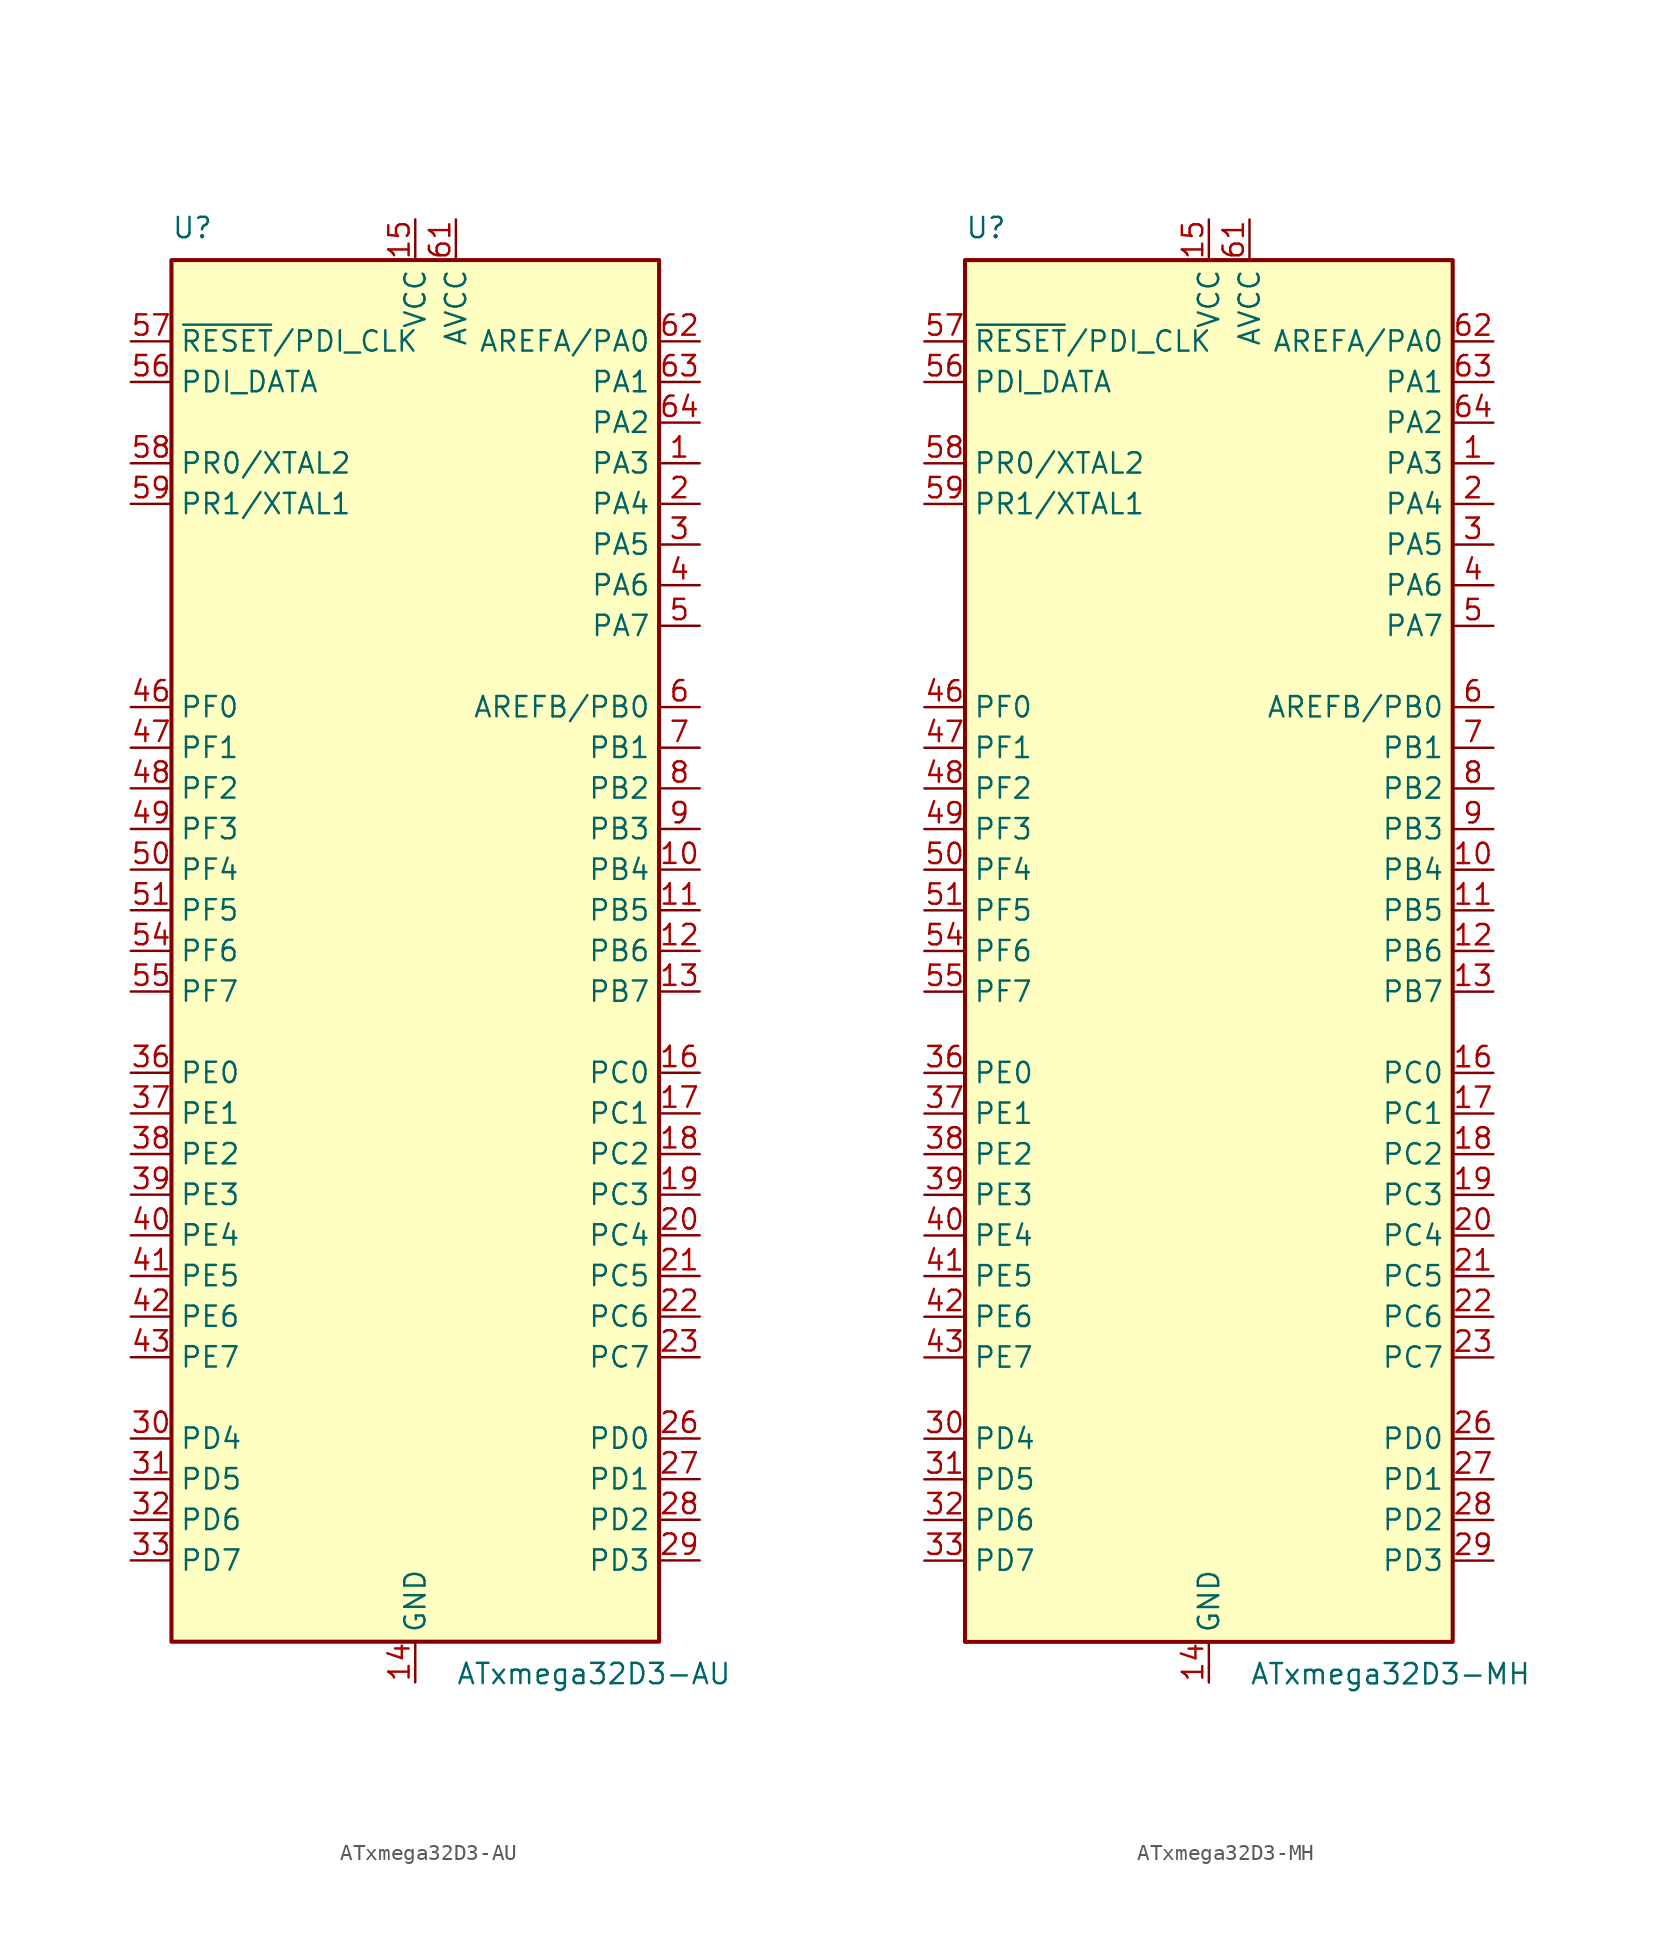
<source format=kicad_sym>
(kicad_symbol_lib
  (version 20211014)
  (generator kicad_symbol_editor)
  (symbol "ATxmega32D3-AU"
    (property "Reference" "U"
      (at -15.24 44.45 0)
      (effects (font (size 1.27 1.27)) (justify left bottom)))
    (property "Value" "ATxmega32D3-AU"
      (at 2.54 -44.45 0)
      (effects (font (size 1.27 1.27)) (justify left top)))
    (symbol "ATxmega32D3-AU_0_1"
      (rectangle (start -15.24 -43.18) (end 15.24 43.18) (stroke (width 0.254) (type default) (color 0 0 0 0)) (fill (type background))))
    (symbol "ATxmega32D3-AU_1_1"
      (pin bidirectional line (at 17.78 30.48 180) (length 2.54) (name "PA3" (effects (font (size 1.27 1.27)))) (number "1" (effects (font (size 1.27 1.27)))))
      (pin bidirectional line (at 17.78 5.08 180) (length 2.54) (name "PB4" (effects (font (size 1.27 1.27)))) (number "10" (effects (font (size 1.27 1.27)))))
      (pin bidirectional line (at 17.78 2.54 180) (length 2.54) (name "PB5" (effects (font (size 1.27 1.27)))) (number "11" (effects (font (size 1.27 1.27)))))
      (pin bidirectional line (at 17.78 0 180) (length 2.54) (name "PB6" (effects (font (size 1.27 1.27)))) (number "12" (effects (font (size 1.27 1.27)))))
      (pin bidirectional line (at 17.78 -2.54 180) (length 2.54) (name "PB7" (effects (font (size 1.27 1.27)))) (number "13" (effects (font (size 1.27 1.27)))))
      (pin power_in line (at 0 -45.72 90) (length 2.54) (name "GND" (effects (font (size 1.27 1.27)))) (number "14" (effects (font (size 1.27 1.27)))))
      (pin power_in line (at 0 45.72 270) (length 2.54) (name "VCC" (effects (font (size 1.27 1.27)))) (number "15" (effects (font (size 1.27 1.27)))))
      (pin bidirectional line (at 17.78 -7.62 180) (length 2.54) (name "PC0" (effects (font (size 1.27 1.27)))) (number "16" (effects (font (size 1.27 1.27)))))
      (pin bidirectional line (at 17.78 -10.16 180) (length 2.54) (name "PC1" (effects (font (size 1.27 1.27)))) (number "17" (effects (font (size 1.27 1.27)))))
      (pin bidirectional line (at 17.78 -12.7 180) (length 2.54) (name "PC2" (effects (font (size 1.27 1.27)))) (number "18" (effects (font (size 1.27 1.27)))))
      (pin bidirectional line (at 17.78 -15.24 180) (length 2.54) (name "PC3" (effects (font (size 1.27 1.27)))) (number "19" (effects (font (size 1.27 1.27)))))
      (pin bidirectional line (at 17.78 27.94 180) (length 2.54) (name "PA4" (effects (font (size 1.27 1.27)))) (number "2" (effects (font (size 1.27 1.27)))))
      (pin bidirectional line (at 17.78 -17.78 180) (length 2.54) (name "PC4" (effects (font (size 1.27 1.27)))) (number "20" (effects (font (size 1.27 1.27)))))
      (pin bidirectional line (at 17.78 -20.32 180) (length 2.54) (name "PC5" (effects (font (size 1.27 1.27)))) (number "21" (effects (font (size 1.27 1.27)))))
      (pin bidirectional line (at 17.78 -22.86 180) (length 2.54) (name "PC6" (effects (font (size 1.27 1.27)))) (number "22" (effects (font (size 1.27 1.27)))))
      (pin bidirectional line (at 17.78 -25.4 180) (length 2.54) (name "PC7" (effects (font (size 1.27 1.27)))) (number "23" (effects (font (size 1.27 1.27)))))
      (pin passive line (at 0 -45.72 90) (length 2.54) hide (name "GND" (effects (font (size 1.27 1.27)))) (number "24" (effects (font (size 1.27 1.27)))))
      (pin passive line (at 0 45.72 270) (length 2.54) hide (name "VCC" (effects (font (size 1.27 1.27)))) (number "25" (effects (font (size 1.27 1.27)))))
      (pin bidirectional line (at 17.78 -30.48 180) (length 2.54) (name "PD0" (effects (font (size 1.27 1.27)))) (number "26" (effects (font (size 1.27 1.27)))))
      (pin bidirectional line (at 17.78 -33.02 180) (length 2.54) (name "PD1" (effects (font (size 1.27 1.27)))) (number "27" (effects (font (size 1.27 1.27)))))
      (pin bidirectional line (at 17.78 -35.56 180) (length 2.54) (name "PD2" (effects (font (size 1.27 1.27)))) (number "28" (effects (font (size 1.27 1.27)))))
      (pin bidirectional line (at 17.78 -38.1 180) (length 2.54) (name "PD3" (effects (font (size 1.27 1.27)))) (number "29" (effects (font (size 1.27 1.27)))))
      (pin bidirectional line (at 17.78 25.4 180) (length 2.54) (name "PA5" (effects (font (size 1.27 1.27)))) (number "3" (effects (font (size 1.27 1.27)))))
      (pin bidirectional line (at -17.78 -30.48 0) (length 2.54) (name "PD4" (effects (font (size 1.27 1.27)))) (number "30" (effects (font (size 1.27 1.27)))))
      (pin bidirectional line (at -17.78 -33.02 0) (length 2.54) (name "PD5" (effects (font (size 1.27 1.27)))) (number "31" (effects (font (size 1.27 1.27)))))
      (pin bidirectional line (at -17.78 -35.56 0) (length 2.54) (name "PD6" (effects (font (size 1.27 1.27)))) (number "32" (effects (font (size 1.27 1.27)))))
      (pin bidirectional line (at -17.78 -38.1 0) (length 2.54) (name "PD7" (effects (font (size 1.27 1.27)))) (number "33" (effects (font (size 1.27 1.27)))))
      (pin passive line (at 0 -45.72 90) (length 2.54) hide (name "GND" (effects (font (size 1.27 1.27)))) (number "34" (effects (font (size 1.27 1.27)))))
      (pin passive line (at 0 45.72 270) (length 2.54) hide (name "VCC" (effects (font (size 1.27 1.27)))) (number "35" (effects (font (size 1.27 1.27)))))
      (pin bidirectional line (at -17.78 -7.62 0) (length 2.54) (name "PE0" (effects (font (size 1.27 1.27)))) (number "36" (effects (font (size 1.27 1.27)))))
      (pin bidirectional line (at -17.78 -10.16 0) (length 2.54) (name "PE1" (effects (font (size 1.27 1.27)))) (number "37" (effects (font (size 1.27 1.27)))))
      (pin bidirectional line (at -17.78 -12.7 0) (length 2.54) (name "PE2" (effects (font (size 1.27 1.27)))) (number "38" (effects (font (size 1.27 1.27)))))
      (pin bidirectional line (at -17.78 -15.24 0) (length 2.54) (name "PE3" (effects (font (size 1.27 1.27)))) (number "39" (effects (font (size 1.27 1.27)))))
      (pin bidirectional line (at 17.78 22.86 180) (length 2.54) (name "PA6" (effects (font (size 1.27 1.27)))) (number "4" (effects (font (size 1.27 1.27)))))
      (pin bidirectional line (at -17.78 -17.78 0) (length 2.54) (name "PE4" (effects (font (size 1.27 1.27)))) (number "40" (effects (font (size 1.27 1.27)))))
      (pin bidirectional line (at -17.78 -20.32 0) (length 2.54) (name "PE5" (effects (font (size 1.27 1.27)))) (number "41" (effects (font (size 1.27 1.27)))))
      (pin bidirectional line (at -17.78 -22.86 0) (length 2.54) (name "PE6" (effects (font (size 1.27 1.27)))) (number "42" (effects (font (size 1.27 1.27)))))
      (pin bidirectional line (at -17.78 -25.4 0) (length 2.54) (name "PE7" (effects (font (size 1.27 1.27)))) (number "43" (effects (font (size 1.27 1.27)))))
      (pin passive line (at 0 -45.72 90) (length 2.54) hide (name "GND" (effects (font (size 1.27 1.27)))) (number "44" (effects (font (size 1.27 1.27)))))
      (pin passive line (at 0 45.72 270) (length 2.54) hide (name "VCC" (effects (font (size 1.27 1.27)))) (number "45" (effects (font (size 1.27 1.27)))))
      (pin bidirectional line (at -17.78 15.24 0) (length 2.54) (name "PF0" (effects (font (size 1.27 1.27)))) (number "46" (effects (font (size 1.27 1.27)))))
      (pin bidirectional line (at -17.78 12.7 0) (length 2.54) (name "PF1" (effects (font (size 1.27 1.27)))) (number "47" (effects (font (size 1.27 1.27)))))
      (pin bidirectional line (at -17.78 10.16 0) (length 2.54) (name "PF2" (effects (font (size 1.27 1.27)))) (number "48" (effects (font (size 1.27 1.27)))))
      (pin bidirectional line (at -17.78 7.62 0) (length 2.54) (name "PF3" (effects (font (size 1.27 1.27)))) (number "49" (effects (font (size 1.27 1.27)))))
      (pin bidirectional line (at 17.78 20.32 180) (length 2.54) (name "PA7" (effects (font (size 1.27 1.27)))) (number "5" (effects (font (size 1.27 1.27)))))
      (pin bidirectional line (at -17.78 5.08 0) (length 2.54) (name "PF4" (effects (font (size 1.27 1.27)))) (number "50" (effects (font (size 1.27 1.27)))))
      (pin bidirectional line (at -17.78 2.54 0) (length 2.54) (name "PF5" (effects (font (size 1.27 1.27)))) (number "51" (effects (font (size 1.27 1.27)))))
      (pin passive line (at 0 -45.72 90) (length 2.54) hide (name "GND" (effects (font (size 1.27 1.27)))) (number "52" (effects (font (size 1.27 1.27)))))
      (pin passive line (at 0 45.72 270) (length 2.54) hide (name "VCC" (effects (font (size 1.27 1.27)))) (number "53" (effects (font (size 1.27 1.27)))))
      (pin bidirectional line (at -17.78 0 0) (length 2.54) (name "PF6" (effects (font (size 1.27 1.27)))) (number "54" (effects (font (size 1.27 1.27)))))
      (pin bidirectional line (at -17.78 -2.54 0) (length 2.54) (name "PF7" (effects (font (size 1.27 1.27)))) (number "55" (effects (font (size 1.27 1.27)))))
      (pin bidirectional line (at -17.78 35.56 0) (length 2.54) (name "PDI_DATA" (effects (font (size 1.27 1.27)))) (number "56" (effects (font (size 1.27 1.27)))))
      (pin input line (at -17.78 38.1 0) (length 2.54) (name "~{RESET}/PDI_CLK" (effects (font (size 1.27 1.27)))) (number "57" (effects (font (size 1.27 1.27)))))
      (pin bidirectional line (at -17.78 30.48 0) (length 2.54) (name "PR0/XTAL2" (effects (font (size 1.27 1.27)))) (number "58" (effects (font (size 1.27 1.27)))))
      (pin bidirectional line (at -17.78 27.94 0) (length 2.54) (name "PR1/XTAL1" (effects (font (size 1.27 1.27)))) (number "59" (effects (font (size 1.27 1.27)))))
      (pin bidirectional line (at 17.78 15.24 180) (length 2.54) (name "AREFB/PB0" (effects (font (size 1.27 1.27)))) (number "6" (effects (font (size 1.27 1.27)))))
      (pin passive line (at 0 -45.72 90) (length 2.54) hide (name "GND" (effects (font (size 1.27 1.27)))) (number "60" (effects (font (size 1.27 1.27)))))
      (pin power_in line (at 2.54 45.72 270) (length 2.54) (name "AVCC" (effects (font (size 1.27 1.27)))) (number "61" (effects (font (size 1.27 1.27)))))
      (pin bidirectional line (at 17.78 38.1 180) (length 2.54) (name "AREFA/PA0" (effects (font (size 1.27 1.27)))) (number "62" (effects (font (size 1.27 1.27)))))
      (pin bidirectional line (at 17.78 35.56 180) (length 2.54) (name "PA1" (effects (font (size 1.27 1.27)))) (number "63" (effects (font (size 1.27 1.27)))))
      (pin bidirectional line (at 17.78 33.02 180) (length 2.54) (name "PA2" (effects (font (size 1.27 1.27)))) (number "64" (effects (font (size 1.27 1.27)))))
      (pin bidirectional line (at 17.78 12.7 180) (length 2.54) (name "PB1" (effects (font (size 1.27 1.27)))) (number "7" (effects (font (size 1.27 1.27)))))
      (pin bidirectional line (at 17.78 10.16 180) (length 2.54) (name "PB2" (effects (font (size 1.27 1.27)))) (number "8" (effects (font (size 1.27 1.27)))))
      (pin bidirectional line (at 17.78 7.62 180) (length 2.54) (name "PB3" (effects (font (size 1.27 1.27)))) (number "9" (effects (font (size 1.27 1.27)))))))
  (symbol "ATxmega32D3-MH"
    (property "Reference" "U"
      (at -15.24 44.45 0)
      (effects (font (size 1.27 1.27)) (justify left bottom)))
    (property "Value" "ATxmega32D3-MH"
      (at 2.54 -44.45 0)
      (effects (font (size 1.27 1.27)) (justify left top)))
    (symbol "ATxmega32D3-MH_0_1"
      (rectangle (start -15.24 -43.18) (end 15.24 43.18) (stroke (width 0.254) (type default) (color 0 0 0 0)) (fill (type background))))
    (symbol "ATxmega32D3-MH_1_1"
      (pin bidirectional line (at 17.78 30.48 180) (length 2.54) (name "PA3" (effects (font (size 1.27 1.27)))) (number "1" (effects (font (size 1.27 1.27)))))
      (pin bidirectional line (at 17.78 5.08 180) (length 2.54) (name "PB4" (effects (font (size 1.27 1.27)))) (number "10" (effects (font (size 1.27 1.27)))))
      (pin bidirectional line (at 17.78 2.54 180) (length 2.54) (name "PB5" (effects (font (size 1.27 1.27)))) (number "11" (effects (font (size 1.27 1.27)))))
      (pin bidirectional line (at 17.78 0 180) (length 2.54) (name "PB6" (effects (font (size 1.27 1.27)))) (number "12" (effects (font (size 1.27 1.27)))))
      (pin bidirectional line (at 17.78 -2.54 180) (length 2.54) (name "PB7" (effects (font (size 1.27 1.27)))) (number "13" (effects (font (size 1.27 1.27)))))
      (pin power_in line (at 0 -45.72 90) (length 2.54) (name "GND" (effects (font (size 1.27 1.27)))) (number "14" (effects (font (size 1.27 1.27)))))
      (pin power_in line (at 0 45.72 270) (length 2.54) (name "VCC" (effects (font (size 1.27 1.27)))) (number "15" (effects (font (size 1.27 1.27)))))
      (pin bidirectional line (at 17.78 -7.62 180) (length 2.54) (name "PC0" (effects (font (size 1.27 1.27)))) (number "16" (effects (font (size 1.27 1.27)))))
      (pin bidirectional line (at 17.78 -10.16 180) (length 2.54) (name "PC1" (effects (font (size 1.27 1.27)))) (number "17" (effects (font (size 1.27 1.27)))))
      (pin bidirectional line (at 17.78 -12.7 180) (length 2.54) (name "PC2" (effects (font (size 1.27 1.27)))) (number "18" (effects (font (size 1.27 1.27)))))
      (pin bidirectional line (at 17.78 -15.24 180) (length 2.54) (name "PC3" (effects (font (size 1.27 1.27)))) (number "19" (effects (font (size 1.27 1.27)))))
      (pin bidirectional line (at 17.78 27.94 180) (length 2.54) (name "PA4" (effects (font (size 1.27 1.27)))) (number "2" (effects (font (size 1.27 1.27)))))
      (pin bidirectional line (at 17.78 -17.78 180) (length 2.54) (name "PC4" (effects (font (size 1.27 1.27)))) (number "20" (effects (font (size 1.27 1.27)))))
      (pin bidirectional line (at 17.78 -20.32 180) (length 2.54) (name "PC5" (effects (font (size 1.27 1.27)))) (number "21" (effects (font (size 1.27 1.27)))))
      (pin bidirectional line (at 17.78 -22.86 180) (length 2.54) (name "PC6" (effects (font (size 1.27 1.27)))) (number "22" (effects (font (size 1.27 1.27)))))
      (pin bidirectional line (at 17.78 -25.4 180) (length 2.54) (name "PC7" (effects (font (size 1.27 1.27)))) (number "23" (effects (font (size 1.27 1.27)))))
      (pin passive line (at 0 -45.72 90) (length 2.54) hide (name "GND" (effects (font (size 1.27 1.27)))) (number "24" (effects (font (size 1.27 1.27)))))
      (pin passive line (at 0 45.72 270) (length 2.54) hide (name "VCC" (effects (font (size 1.27 1.27)))) (number "25" (effects (font (size 1.27 1.27)))))
      (pin bidirectional line (at 17.78 -30.48 180) (length 2.54) (name "PD0" (effects (font (size 1.27 1.27)))) (number "26" (effects (font (size 1.27 1.27)))))
      (pin bidirectional line (at 17.78 -33.02 180) (length 2.54) (name "PD1" (effects (font (size 1.27 1.27)))) (number "27" (effects (font (size 1.27 1.27)))))
      (pin bidirectional line (at 17.78 -35.56 180) (length 2.54) (name "PD2" (effects (font (size 1.27 1.27)))) (number "28" (effects (font (size 1.27 1.27)))))
      (pin bidirectional line (at 17.78 -38.1 180) (length 2.54) (name "PD3" (effects (font (size 1.27 1.27)))) (number "29" (effects (font (size 1.27 1.27)))))
      (pin bidirectional line (at 17.78 25.4 180) (length 2.54) (name "PA5" (effects (font (size 1.27 1.27)))) (number "3" (effects (font (size 1.27 1.27)))))
      (pin bidirectional line (at -17.78 -30.48 0) (length 2.54) (name "PD4" (effects (font (size 1.27 1.27)))) (number "30" (effects (font (size 1.27 1.27)))))
      (pin bidirectional line (at -17.78 -33.02 0) (length 2.54) (name "PD5" (effects (font (size 1.27 1.27)))) (number "31" (effects (font (size 1.27 1.27)))))
      (pin bidirectional line (at -17.78 -35.56 0) (length 2.54) (name "PD6" (effects (font (size 1.27 1.27)))) (number "32" (effects (font (size 1.27 1.27)))))
      (pin bidirectional line (at -17.78 -38.1 0) (length 2.54) (name "PD7" (effects (font (size 1.27 1.27)))) (number "33" (effects (font (size 1.27 1.27)))))
      (pin passive line (at 0 -45.72 90) (length 2.54) hide (name "GND" (effects (font (size 1.27 1.27)))) (number "34" (effects (font (size 1.27 1.27)))))
      (pin passive line (at 0 45.72 270) (length 2.54) hide (name "VCC" (effects (font (size 1.27 1.27)))) (number "35" (effects (font (size 1.27 1.27)))))
      (pin bidirectional line (at -17.78 -7.62 0) (length 2.54) (name "PE0" (effects (font (size 1.27 1.27)))) (number "36" (effects (font (size 1.27 1.27)))))
      (pin bidirectional line (at -17.78 -10.16 0) (length 2.54) (name "PE1" (effects (font (size 1.27 1.27)))) (number "37" (effects (font (size 1.27 1.27)))))
      (pin bidirectional line (at -17.78 -12.7 0) (length 2.54) (name "PE2" (effects (font (size 1.27 1.27)))) (number "38" (effects (font (size 1.27 1.27)))))
      (pin bidirectional line (at -17.78 -15.24 0) (length 2.54) (name "PE3" (effects (font (size 1.27 1.27)))) (number "39" (effects (font (size 1.27 1.27)))))
      (pin bidirectional line (at 17.78 22.86 180) (length 2.54) (name "PA6" (effects (font (size 1.27 1.27)))) (number "4" (effects (font (size 1.27 1.27)))))
      (pin bidirectional line (at -17.78 -17.78 0) (length 2.54) (name "PE4" (effects (font (size 1.27 1.27)))) (number "40" (effects (font (size 1.27 1.27)))))
      (pin bidirectional line (at -17.78 -20.32 0) (length 2.54) (name "PE5" (effects (font (size 1.27 1.27)))) (number "41" (effects (font (size 1.27 1.27)))))
      (pin bidirectional line (at -17.78 -22.86 0) (length 2.54) (name "PE6" (effects (font (size 1.27 1.27)))) (number "42" (effects (font (size 1.27 1.27)))))
      (pin bidirectional line (at -17.78 -25.4 0) (length 2.54) (name "PE7" (effects (font (size 1.27 1.27)))) (number "43" (effects (font (size 1.27 1.27)))))
      (pin passive line (at 0 -45.72 90) (length 2.54) hide (name "GND" (effects (font (size 1.27 1.27)))) (number "44" (effects (font (size 1.27 1.27)))))
      (pin passive line (at 0 45.72 270) (length 2.54) hide (name "VCC" (effects (font (size 1.27 1.27)))) (number "45" (effects (font (size 1.27 1.27)))))
      (pin bidirectional line (at -17.78 15.24 0) (length 2.54) (name "PF0" (effects (font (size 1.27 1.27)))) (number "46" (effects (font (size 1.27 1.27)))))
      (pin bidirectional line (at -17.78 12.7 0) (length 2.54) (name "PF1" (effects (font (size 1.27 1.27)))) (number "47" (effects (font (size 1.27 1.27)))))
      (pin bidirectional line (at -17.78 10.16 0) (length 2.54) (name "PF2" (effects (font (size 1.27 1.27)))) (number "48" (effects (font (size 1.27 1.27)))))
      (pin bidirectional line (at -17.78 7.62 0) (length 2.54) (name "PF3" (effects (font (size 1.27 1.27)))) (number "49" (effects (font (size 1.27 1.27)))))
      (pin bidirectional line (at 17.78 20.32 180) (length 2.54) (name "PA7" (effects (font (size 1.27 1.27)))) (number "5" (effects (font (size 1.27 1.27)))))
      (pin bidirectional line (at -17.78 5.08 0) (length 2.54) (name "PF4" (effects (font (size 1.27 1.27)))) (number "50" (effects (font (size 1.27 1.27)))))
      (pin bidirectional line (at -17.78 2.54 0) (length 2.54) (name "PF5" (effects (font (size 1.27 1.27)))) (number "51" (effects (font (size 1.27 1.27)))))
      (pin passive line (at 0 -45.72 90) (length 2.54) hide (name "GND" (effects (font (size 1.27 1.27)))) (number "52" (effects (font (size 1.27 1.27)))))
      (pin passive line (at 0 45.72 270) (length 2.54) hide (name "VCC" (effects (font (size 1.27 1.27)))) (number "53" (effects (font (size 1.27 1.27)))))
      (pin bidirectional line (at -17.78 0 0) (length 2.54) (name "PF6" (effects (font (size 1.27 1.27)))) (number "54" (effects (font (size 1.27 1.27)))))
      (pin bidirectional line (at -17.78 -2.54 0) (length 2.54) (name "PF7" (effects (font (size 1.27 1.27)))) (number "55" (effects (font (size 1.27 1.27)))))
      (pin bidirectional line (at -17.78 35.56 0) (length 2.54) (name "PDI_DATA" (effects (font (size 1.27 1.27)))) (number "56" (effects (font (size 1.27 1.27)))))
      (pin input line (at -17.78 38.1 0) (length 2.54) (name "~{RESET}/PDI_CLK" (effects (font (size 1.27 1.27)))) (number "57" (effects (font (size 1.27 1.27)))))
      (pin bidirectional line (at -17.78 30.48 0) (length 2.54) (name "PR0/XTAL2" (effects (font (size 1.27 1.27)))) (number "58" (effects (font (size 1.27 1.27)))))
      (pin bidirectional line (at -17.78 27.94 0) (length 2.54) (name "PR1/XTAL1" (effects (font (size 1.27 1.27)))) (number "59" (effects (font (size 1.27 1.27)))))
      (pin bidirectional line (at 17.78 15.24 180) (length 2.54) (name "AREFB/PB0" (effects (font (size 1.27 1.27)))) (number "6" (effects (font (size 1.27 1.27)))))
      (pin passive line (at 0 -45.72 90) (length 2.54) hide (name "GND" (effects (font (size 1.27 1.27)))) (number "60" (effects (font (size 1.27 1.27)))))
      (pin power_in line (at 2.54 45.72 270) (length 2.54) (name "AVCC" (effects (font (size 1.27 1.27)))) (number "61" (effects (font (size 1.27 1.27)))))
      (pin bidirectional line (at 17.78 38.1 180) (length 2.54) (name "AREFA/PA0" (effects (font (size 1.27 1.27)))) (number "62" (effects (font (size 1.27 1.27)))))
      (pin bidirectional line (at 17.78 35.56 180) (length 2.54) (name "PA1" (effects (font (size 1.27 1.27)))) (number "63" (effects (font (size 1.27 1.27)))))
      (pin bidirectional line (at 17.78 33.02 180) (length 2.54) (name "PA2" (effects (font (size 1.27 1.27)))) (number "64" (effects (font (size 1.27 1.27)))))
      (pin passive line (at 0 -45.72 90) (length 2.54) hide (name "GND" (effects (font (size 1.27 1.27)))) (number "65" (effects (font (size 1.27 1.27)))))
      (pin bidirectional line (at 17.78 12.7 180) (length 2.54) (name "PB1" (effects (font (size 1.27 1.27)))) (number "7" (effects (font (size 1.27 1.27)))))
      (pin bidirectional line (at 17.78 10.16 180) (length 2.54) (name "PB2" (effects (font (size 1.27 1.27)))) (number "8" (effects (font (size 1.27 1.27)))))
      (pin bidirectional line (at 17.78 7.62 180) (length 2.54) (name "PB3" (effects (font (size 1.27 1.27)))) (number "9" (effects (font (size 1.27 1.27))))))))
</source>
